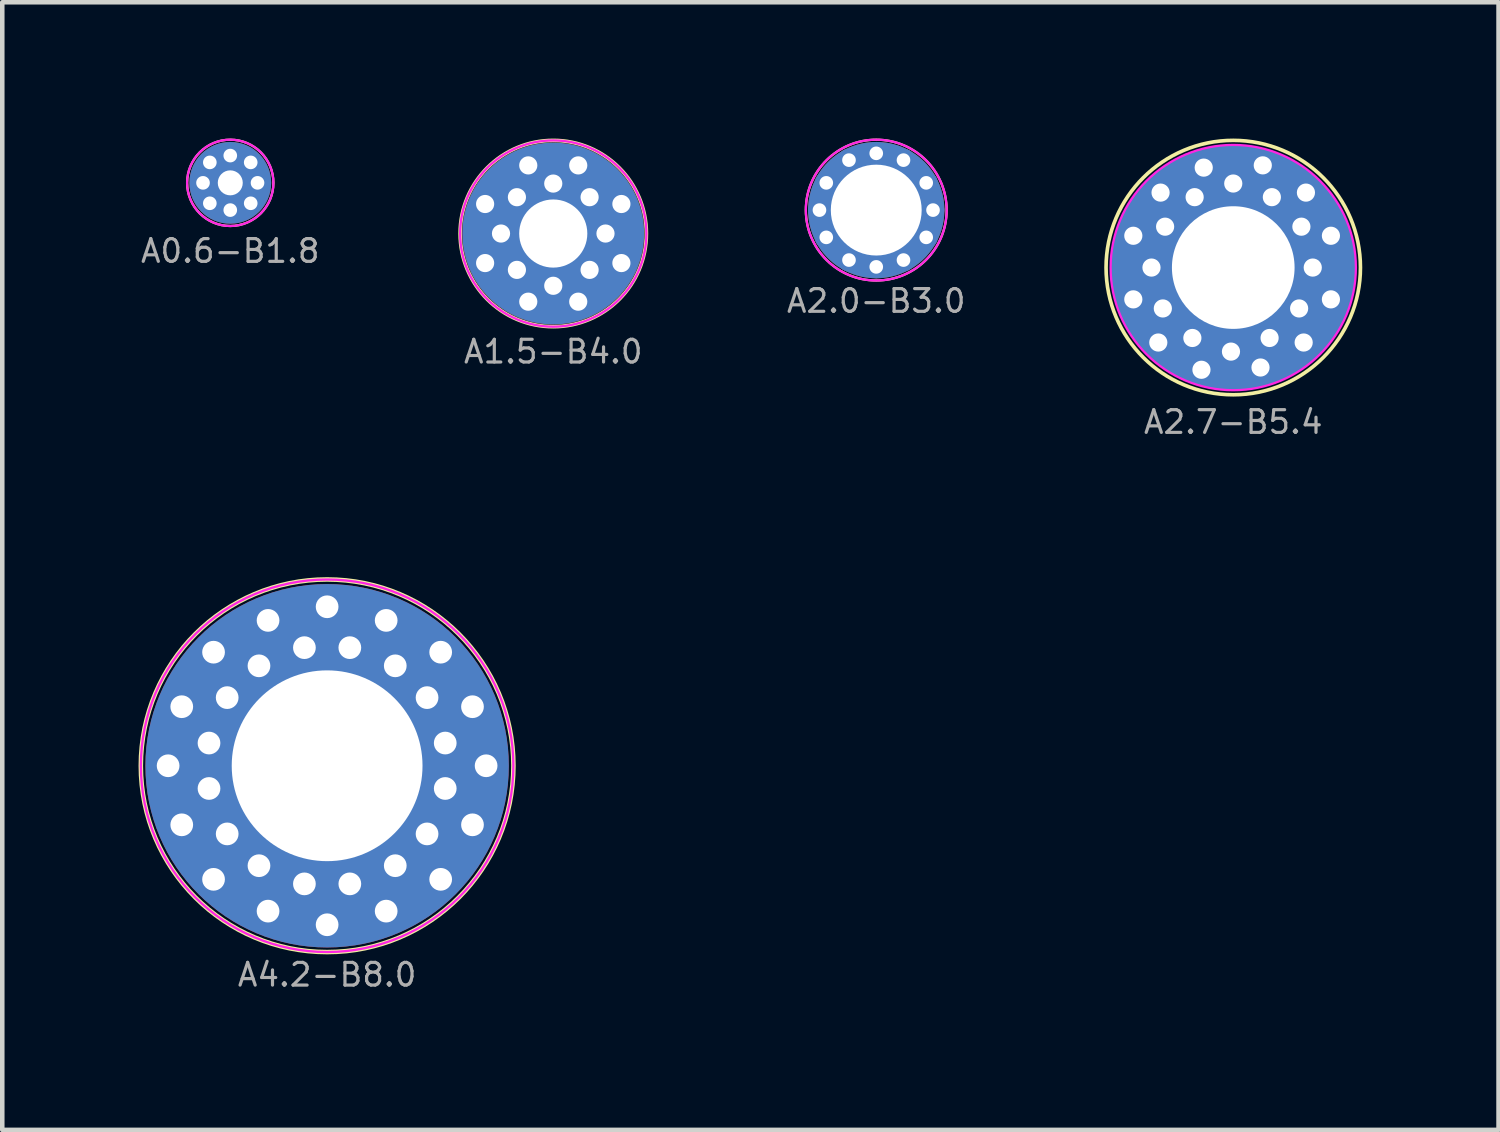
<source format=kicad_pcb>
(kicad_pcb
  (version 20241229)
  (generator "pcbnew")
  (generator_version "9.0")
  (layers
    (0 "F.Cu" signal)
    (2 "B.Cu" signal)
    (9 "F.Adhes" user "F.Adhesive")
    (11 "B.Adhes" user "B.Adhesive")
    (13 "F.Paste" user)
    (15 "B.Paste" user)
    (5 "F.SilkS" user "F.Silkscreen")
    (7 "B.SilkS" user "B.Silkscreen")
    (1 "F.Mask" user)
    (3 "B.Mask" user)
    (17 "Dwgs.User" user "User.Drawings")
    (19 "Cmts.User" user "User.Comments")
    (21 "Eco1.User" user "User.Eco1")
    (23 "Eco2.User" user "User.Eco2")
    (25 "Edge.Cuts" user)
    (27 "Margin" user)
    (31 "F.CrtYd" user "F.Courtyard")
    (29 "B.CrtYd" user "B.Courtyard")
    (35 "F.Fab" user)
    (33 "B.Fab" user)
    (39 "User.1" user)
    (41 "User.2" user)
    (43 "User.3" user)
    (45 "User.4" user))
  (footprint "A2.7-B5.4"
    (layer "F.Cu")
    (at 24.098 2.84)
    (property "Reference" "A2.7-B5.4" (at 0 3.4 0) (layer "F.Fab") (effects (font (size 0.5 0.5) (thickness 0.07))))
    (attr through_hole)
    (fp_circle (center 0 0) (end 2.8 0) (stroke (width 0.08) (type solid)) (fill no) (layer "F.SilkS"))
    (fp_circle (center 0 0) (end 2.7 0) (stroke (width 0.05) (type solid)) (fill no) (layer "F.CrtYd"))
    (pad "1" thru_hole circle (at -2.2 -0.7) (size 0.5 0.5) (drill 0.4) (layers "*.Cu" "*.Mask"))
    (pad "1" thru_hole circle (at -2.2 0.7 90) (size 0.5 0.5) (drill 0.4) (layers "*.Cu" "*.Mask"))
    (pad "1" thru_hole circle (at -1.8 0) (size 0.5 0.5) (drill 0.4) (layers "*.Cu" "*.Mask"))
    (pad "1" thru_hole circle (at -1.65 1.65 90) (size 0.5 0.5) (drill 0.4) (layers "*.Cu" "*.Mask"))
    (pad "1" thru_hole circle (at -1.6 -1.65) (size 0.5 0.5) (drill 0.4) (layers "*.Cu" "*.Mask"))
    (pad "1" thru_hole circle (at -1.55 0.9 90) (size 0.5 0.5) (drill 0.4) (layers "*.Cu" "*.Mask"))
    (pad "1" thru_hole circle (at -1.5 -0.9) (size 0.5 0.5) (drill 0.4) (layers "*.Cu" "*.Mask"))
    (pad "1" thru_hole circle (at -0.9 1.55 90) (size 0.5 0.5) (drill 0.4) (layers "*.Cu" "*.Mask"))
    (pad "1" thru_hole circle (at -0.85 -1.55) (size 0.5 0.5) (drill 0.4) (layers "*.Cu" "*.Mask"))
    (pad "1" thru_hole circle (at -0.7 2.25 90) (size 0.5 0.5) (drill 0.4) (layers "*.Cu" "*.Mask"))
    (pad "1" thru_hole circle (at -0.65 -2.2) (size 0.5 0.5) (drill 0.4) (layers "*.Cu" "*.Mask"))
    (pad "1" thru_hole circle (at -0.05 1.85 90) (size 0.5 0.5) (drill 0.4) (layers "*.Cu" "*.Mask"))
    (pad "1" thru_hole circle (at 0 -1.85 270) (size 0.5 0.5) (drill 0.4) (layers "*.Cu" "*.Mask"))
    (pad "1" thru_hole circle (at 0 0) (size 5.4 5.4) (drill 2.7) (layers "*.Cu" "*.Mask"))
    (pad "1" thru_hole circle (at 0.6 2.2 180) (size 0.5 0.5) (drill 0.4) (layers "*.Cu" "*.Mask"))
    (pad "1" thru_hole circle (at 0.65 -2.25 270) (size 0.5 0.5) (drill 0.4) (layers "*.Cu" "*.Mask"))
    (pad "1" thru_hole circle (at 0.8 1.55 180) (size 0.5 0.5) (drill 0.4) (layers "*.Cu" "*.Mask"))
    (pad "1" thru_hole circle (at 0.85 -1.55 270) (size 0.5 0.5) (drill 0.4) (layers "*.Cu" "*.Mask"))
    (pad "1" thru_hole circle (at 1.45 0.9 180) (size 0.5 0.5) (drill 0.4) (layers "*.Cu" "*.Mask"))
    (pad "1" thru_hole circle (at 1.5 -0.9 270) (size 0.5 0.5) (drill 0.4) (layers "*.Cu" "*.Mask"))
    (pad "1" thru_hole circle (at 1.55 1.65 180) (size 0.5 0.5) (drill 0.4) (layers "*.Cu" "*.Mask"))
    (pad "1" thru_hole circle (at 1.6 -1.65 270) (size 0.5 0.5) (drill 0.4) (layers "*.Cu" "*.Mask"))
    (pad "1" thru_hole circle (at 1.75 0 180) (size 0.5 0.5) (drill 0.4) (layers "*.Cu" "*.Mask"))
    (pad "1" thru_hole circle (at 2.15 -0.7 270) (size 0.5 0.5) (drill 0.4) (layers "*.Cu" "*.Mask"))
    (pad "1" thru_hole circle (at 2.15 0.7 180) (size 0.5 0.5) (drill 0.4) (layers "*.Cu" "*.Mask")))
  (footprint "A1.5-B4.0"
    (layer "F.Cu")
    (at 9.129 2.091)
    (property "Reference" "A1.5-B4.0" (at 0 2.6 0) (layer "F.Fab") (effects (font (size 0.5 0.5) (thickness 0.07))))
    (attr through_hole)
    (fp_circle (center 0 0) (end 2.05 -0.05) (stroke (width 0.08) (type solid)) (fill no) (layer "F.SilkS"))
    (fp_circle (center 0 0) (end 2.05 0) (stroke (width 0.05) (type solid)) (fill no) (layer "F.CrtYd"))
    (pad "1" thru_hole circle (at -1.5 -0.65) (size 0.5 0.5) (drill 0.4) (layers "*.Cu" "*.Mask"))
    (pad "1" thru_hole circle (at -1.5 0.65 180) (size 0.5 0.5) (drill 0.4) (layers "*.Cu" "*.Mask"))
    (pad "1" thru_hole circle (at -1.15 0) (size 0.5 0.5) (drill 0.4) (layers "*.Cu" "*.Mask"))
    (pad "1" thru_hole circle (at -0.8 -0.8) (size 0.5 0.5) (drill 0.4) (layers "*.Cu" "*.Mask"))
    (pad "1" thru_hole circle (at -0.8 0.8 180) (size 0.5 0.5) (drill 0.4) (layers "*.Cu" "*.Mask"))
    (pad "1" thru_hole circle (at -0.55 -1.5) (size 0.5 0.5) (drill 0.4) (layers "*.Cu" "*.Mask"))
    (pad "1" thru_hole circle (at -0.55 1.5 180) (size 0.5 0.5) (drill 0.4) (layers "*.Cu" "*.Mask"))
    (pad "1" thru_hole circle (at 0 -1.1) (size 0.5 0.5) (drill 0.4) (layers "*.Cu" "*.Mask"))
    (pad "1" thru_hole circle (at 0 0) (size 4 4) (drill 1.5) (layers "*.Cu" "*.Mask"))
    (pad "1" thru_hole circle (at 0 1.15) (size 0.5 0.5) (drill 0.4) (layers "*.Cu" "*.Mask"))
    (pad "1" thru_hole circle (at 0.55 -1.5) (size 0.5 0.5) (drill 0.4) (layers "*.Cu" "*.Mask"))
    (pad "1" thru_hole circle (at 0.55 1.5 180) (size 0.5 0.5) (drill 0.4) (layers "*.Cu" "*.Mask"))
    (pad "1" thru_hole circle (at 0.8 -0.8) (size 0.5 0.5) (drill 0.4) (layers "*.Cu" "*.Mask"))
    (pad "1" thru_hole circle (at 0.8 0.8 180) (size 0.5 0.5) (drill 0.4) (layers "*.Cu" "*.Mask"))
    (pad "1" thru_hole circle (at 1.15 0 180) (size 0.5 0.5) (drill 0.4) (layers "*.Cu" "*.Mask"))
    (pad "1" thru_hole circle (at 1.5 -0.65) (size 0.5 0.5) (drill 0.4) (layers "*.Cu" "*.Mask"))
    (pad "1" thru_hole circle (at 1.5 0.65 180) (size 0.5 0.5) (drill 0.4) (layers "*.Cu" "*.Mask")))
  (footprint "A2.0-B3.0"
    (layer "F.Cu")
    (at 16.239 1.575)
    (property "Reference" "A2.0-B3.0" (at 0 2 0) (layer "F.Fab") (effects (font (size 0.5 0.5) (thickness 0.07))))
    (attr through_hole)
    (fp_circle (center 0 0) (end 1.55 0) (stroke (width 0.05) (type solid)) (fill no) (layer "F.SilkS"))
    (fp_circle (center 0 0) (end 1.55 0) (stroke (width 0.05) (type solid)) (fill no) (layer "F.CrtYd"))
    (pad "1" thru_hole circle (at -1.25 0) (size 0.5 0.5) (drill 0.3) (layers "*.Cu" "*.Mask"))
    (pad "1" thru_hole circle (at -1.1 -0.6) (size 0.5 0.5) (drill 0.3) (layers "*.Cu" "*.Mask"))
    (pad "1" thru_hole circle (at -1.1 0.6 90) (size 0.5 0.5) (drill 0.3) (layers "*.Cu" "*.Mask"))
    (pad "1" thru_hole circle (at -0.6 -1.1) (size 0.5 0.5) (drill 0.3) (layers "*.Cu" "*.Mask"))
    (pad "1" thru_hole circle (at -0.6 1.1 90) (size 0.5 0.5) (drill 0.3) (layers "*.Cu" "*.Mask"))
    (pad "1" thru_hole circle (at 0 -1.25) (size 0.5 0.5) (drill 0.3) (layers "*.Cu" "*.Mask"))
    (pad "1" thru_hole circle (at 0 0) (size 3 3) (drill 2) (layers "*.Cu" "*.Mask"))
    (pad "1" thru_hole circle (at 0 1.25 90) (size 0.5 0.5) (drill 0.3) (layers "*.Cu" "*.Mask"))
    (pad "1" thru_hole circle (at 0.6 -1.1 270) (size 0.5 0.5) (drill 0.3) (layers "*.Cu" "*.Mask"))
    (pad "1" thru_hole circle (at 0.6 1.1 180) (size 0.5 0.5) (drill 0.3) (layers "*.Cu" "*.Mask"))
    (pad "1" thru_hole circle (at 1.1 -0.6 270) (size 0.5 0.5) (drill 0.3) (layers "*.Cu" "*.Mask"))
    (pad "1" thru_hole circle (at 1.1 0.6 180) (size 0.5 0.5) (drill 0.3) (layers "*.Cu" "*.Mask"))
    (pad "1" thru_hole circle (at 1.25 0 180) (size 0.5 0.5) (drill 0.3) (layers "*.Cu" "*.Mask")))
  (footprint "A0.6-B1.8"
    (layer "F.Cu")
    (at 2.019 0.975)
    (property "Reference" "A0.6-B1.8" (at 0 1.5 0) (layer "F.Fab") (effects (font (size 0.5 0.5) (thickness 0.07))))
    (attr through_hole)
    (fp_circle (center 0 0) (end 0.95 0) (stroke (width 0.05) (type solid)) (fill no) (layer "F.SilkS"))
    (fp_circle (center 0 0) (end 0.95 0) (stroke (width 0.05) (type solid)) (fill no) (layer "F.CrtYd"))
    (pad "1" thru_hole circle (at -0.6 0) (size 0.35 0.35) (drill 0.3) (layers "*.Cu" "*.Mask"))
    (pad "1" thru_hole circle (at -0.45 -0.45) (size 0.35 0.35) (drill 0.3) (layers "*.Cu" "*.Mask"))
    (pad "1" thru_hole circle (at -0.45 0.45) (size 0.35 0.35) (drill 0.3) (layers "*.Cu" "*.Mask"))
    (pad "1" thru_hole circle (at 0 -0.6) (size 0.35 0.35) (drill 0.3) (layers "*.Cu" "*.Mask"))
    (pad "1" thru_hole circle (at 0 0) (size 1.8 1.8) (drill 0.55) (layers "*.Cu" "*.Mask"))
    (pad "1" thru_hole circle (at 0 0.6) (size 0.35 0.35) (drill 0.3) (layers "*.Cu" "*.Mask"))
    (pad "1" thru_hole circle (at 0.45 -0.45) (size 0.35 0.35) (drill 0.3) (layers "*.Cu" "*.Mask"))
    (pad "1" thru_hole circle (at 0.45 0.45) (size 0.35 0.35) (drill 0.3) (layers "*.Cu" "*.Mask"))
    (pad "1" thru_hole circle (at 0.6 0) (size 0.35 0.35) (drill 0.3) (layers "*.Cu" "*.Mask")))
  (footprint "A4.2-B8.0"
    (layer "F.Cu")
    (at 4.151 13.807)
    (property "Reference" "A4.2-B8.0" (at 0 4.6 0) (layer "F.Fab") (effects (font (size 0.5 0.5) (thickness 0.07))))
    (attr through_hole)
    (fp_circle (center 0 0) (end 4.1 -0.1) (stroke (width 0.1) (type solid)) (fill no) (layer "F.SilkS"))
    (fp_circle (center 0 0) (end 4.1 0) (stroke (width 0.05) (type solid)) (fill no) (layer "F.CrtYd"))
    (pad "1" thru_hole circle (at -3.5 0) (size 0.6 0.6) (drill 0.5) (layers "*.Cu" "*.Mask"))
    (pad "1" thru_hole circle (at -3.2 -1.3) (size 0.6 0.6) (drill 0.5) (layers "*.Cu" "*.Mask"))
    (pad "1" thru_hole circle (at -3.2 1.3 90) (size 0.6 0.6) (drill 0.5) (layers "*.Cu" "*.Mask"))
    (pad "1" thru_hole circle (at -2.6 -0.5) (size 0.6 0.6) (drill 0.5) (layers "*.Cu" "*.Mask"))
    (pad "1" thru_hole circle (at -2.6 0.5 90) (size 0.6 0.6) (drill 0.5) (layers "*.Cu" "*.Mask"))
    (pad "1" thru_hole circle (at -2.5 -2.5) (size 0.6 0.6) (drill 0.5) (layers "*.Cu" "*.Mask"))
    (pad "1" thru_hole circle (at -2.5 2.5 90) (size 0.6 0.6) (drill 0.5) (layers "*.Cu" "*.Mask"))
    (pad "1" thru_hole circle (at -2.2 -1.5) (size 0.6 0.6) (drill 0.5) (layers "*.Cu" "*.Mask"))
    (pad "1" thru_hole circle (at -2.2 1.5 90) (size 0.6 0.6) (drill 0.5) (layers "*.Cu" "*.Mask"))
    (pad "1" thru_hole circle (at -1.5 -2.2) (size 0.6 0.6) (drill 0.5) (layers "*.Cu" "*.Mask"))
    (pad "1" thru_hole circle (at -1.5 2.2 90) (size 0.6 0.6) (drill 0.5) (layers "*.Cu" "*.Mask"))
    (pad "1" thru_hole circle (at -1.3 -3.2) (size 0.6 0.6) (drill 0.5) (layers "*.Cu" "*.Mask"))
    (pad "1" thru_hole circle (at -1.3 3.2 90) (size 0.6 0.6) (drill 0.5) (layers "*.Cu" "*.Mask"))
    (pad "1" thru_hole circle (at -0.5 -2.6) (size 0.6 0.6) (drill 0.5) (layers "*.Cu" "*.Mask"))
    (pad "1" thru_hole circle (at -0.5 2.6 90) (size 0.6 0.6) (drill 0.5) (layers "*.Cu" "*.Mask"))
    (pad "1" thru_hole circle (at 0 -3.5) (size 0.6 0.6) (drill 0.5) (layers "*.Cu" "*.Mask"))
    (pad "1" thru_hole circle (at 0 0) (size 8 8) (drill 4.2) (layers "*.Cu" "*.Mask"))
    (pad "1" thru_hole circle (at 0 3.5 90) (size 0.6 0.6) (drill 0.5) (layers "*.Cu" "*.Mask"))
    (pad "1" thru_hole circle (at 0.5 -2.6 270) (size 0.6 0.6) (drill 0.5) (layers "*.Cu" "*.Mask"))
    (pad "1" thru_hole circle (at 0.5 2.6 180) (size 0.6 0.6) (drill 0.5) (layers "*.Cu" "*.Mask"))
    (pad "1" thru_hole circle (at 1.3 -3.2 270) (size 0.6 0.6) (drill 0.5) (layers "*.Cu" "*.Mask"))
    (pad "1" thru_hole circle (at 1.3 3.2 180) (size 0.6 0.6) (drill 0.5) (layers "*.Cu" "*.Mask"))
    (pad "1" thru_hole circle (at 1.5 -2.2 270) (size 0.6 0.6) (drill 0.5) (layers "*.Cu" "*.Mask"))
    (pad "1" thru_hole circle (at 1.5 2.2 180) (size 0.6 0.6) (drill 0.5) (layers "*.Cu" "*.Mask"))
    (pad "1" thru_hole circle (at 2.2 -1.5 270) (size 0.6 0.6) (drill 0.5) (layers "*.Cu" "*.Mask"))
    (pad "1" thru_hole circle (at 2.2 1.5 180) (size 0.6 0.6) (drill 0.5) (layers "*.Cu" "*.Mask"))
    (pad "1" thru_hole circle (at 2.5 -2.5 270) (size 0.6 0.6) (drill 0.5) (layers "*.Cu" "*.Mask"))
    (pad "1" thru_hole circle (at 2.5 2.5 180) (size 0.6 0.6) (drill 0.5) (layers "*.Cu" "*.Mask"))
    (pad "1" thru_hole circle (at 2.6 -0.5 270) (size 0.6 0.6) (drill 0.5) (layers "*.Cu" "*.Mask"))
    (pad "1" thru_hole circle (at 2.6 0.5 180) (size 0.6 0.6) (drill 0.5) (layers "*.Cu" "*.Mask"))
    (pad "1" thru_hole circle (at 3.2 -1.3 270) (size 0.6 0.6) (drill 0.5) (layers "*.Cu" "*.Mask"))
    (pad "1" thru_hole circle (at 3.2 1.3 180) (size 0.6 0.6) (drill 0.5) (layers "*.Cu" "*.Mask"))
    (pad "1" thru_hole circle (at 3.5 0 270) (size 0.6 0.6) (drill 0.5) (layers "*.Cu" "*.Mask")))
  (gr_rect
    (start -3 -3)
    (end 29.938 21.822)
    (stroke (width 0.1) (type default))
    (fill no)
    (layer "Edge.Cuts")))
</source>
